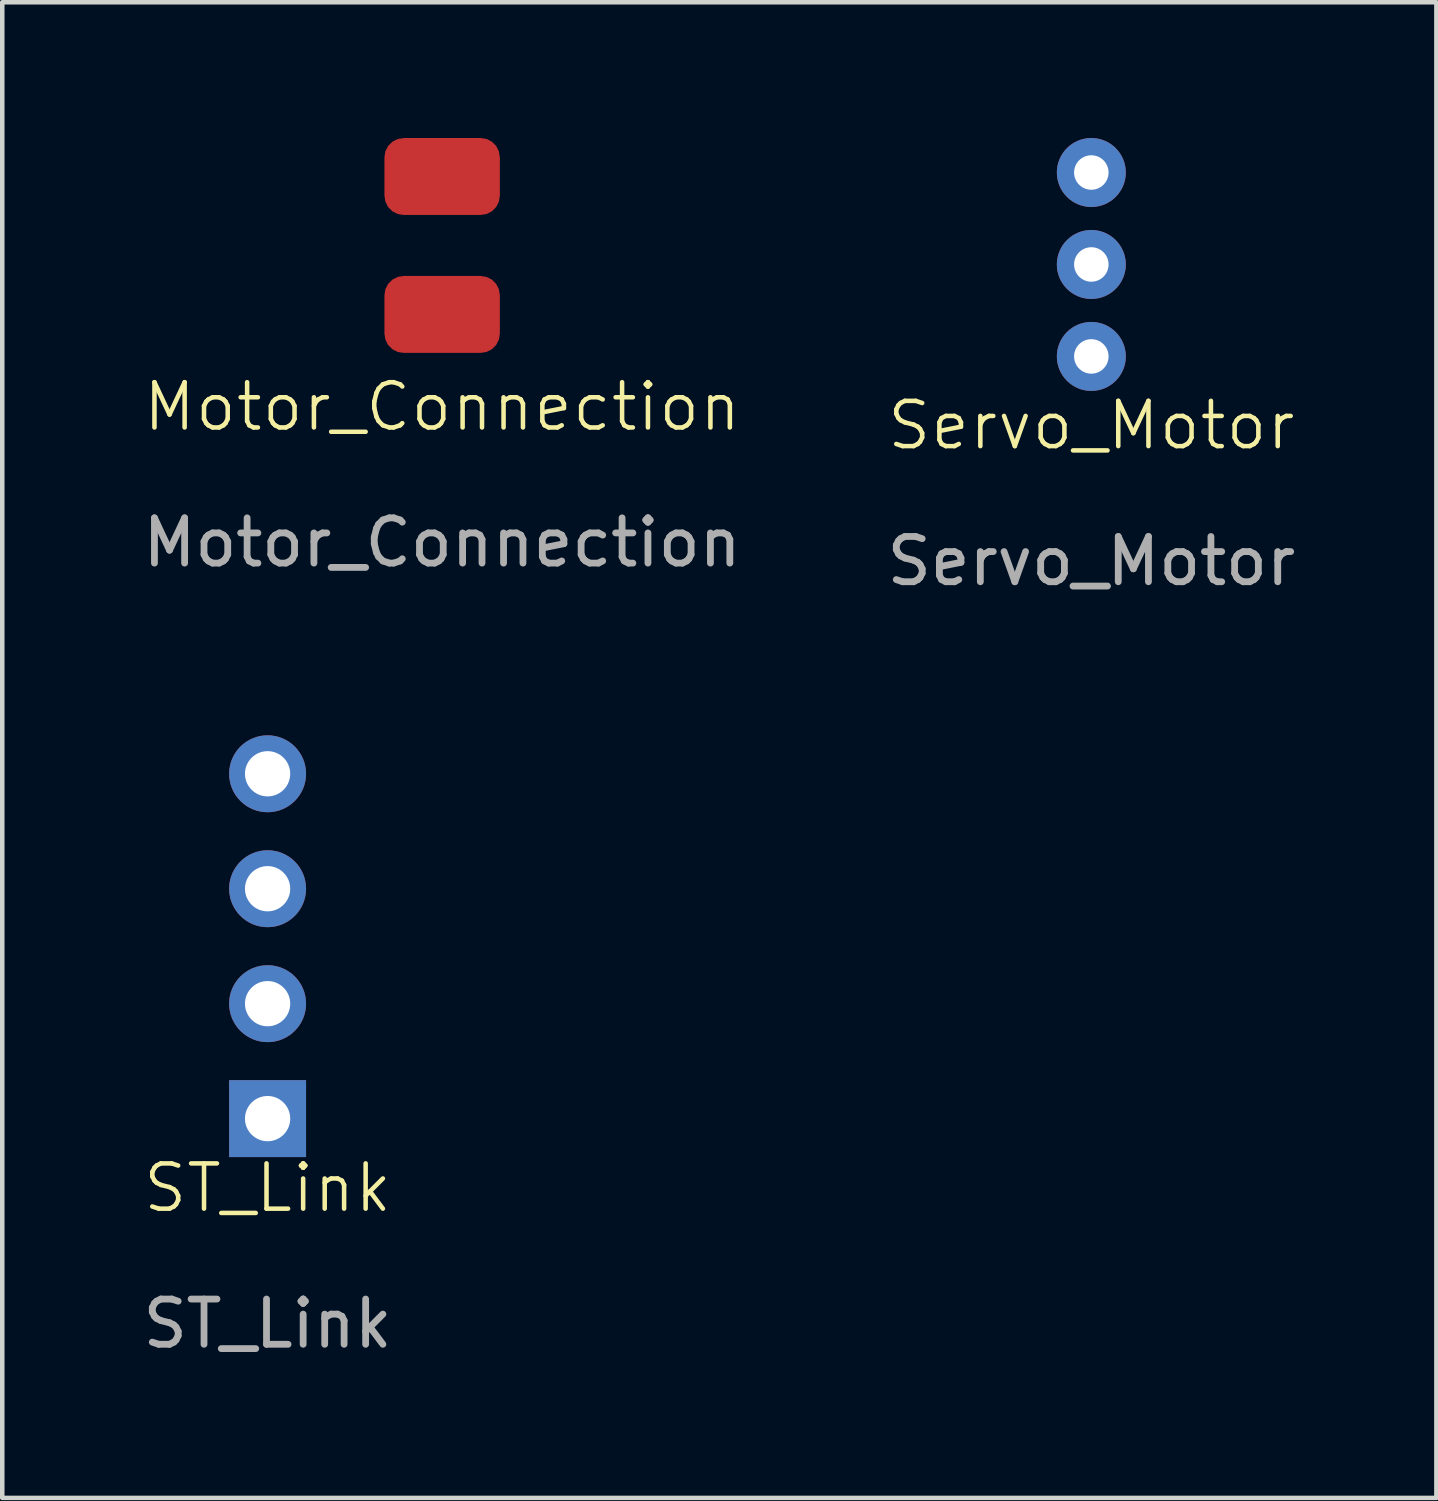
<source format=kicad_pcb>
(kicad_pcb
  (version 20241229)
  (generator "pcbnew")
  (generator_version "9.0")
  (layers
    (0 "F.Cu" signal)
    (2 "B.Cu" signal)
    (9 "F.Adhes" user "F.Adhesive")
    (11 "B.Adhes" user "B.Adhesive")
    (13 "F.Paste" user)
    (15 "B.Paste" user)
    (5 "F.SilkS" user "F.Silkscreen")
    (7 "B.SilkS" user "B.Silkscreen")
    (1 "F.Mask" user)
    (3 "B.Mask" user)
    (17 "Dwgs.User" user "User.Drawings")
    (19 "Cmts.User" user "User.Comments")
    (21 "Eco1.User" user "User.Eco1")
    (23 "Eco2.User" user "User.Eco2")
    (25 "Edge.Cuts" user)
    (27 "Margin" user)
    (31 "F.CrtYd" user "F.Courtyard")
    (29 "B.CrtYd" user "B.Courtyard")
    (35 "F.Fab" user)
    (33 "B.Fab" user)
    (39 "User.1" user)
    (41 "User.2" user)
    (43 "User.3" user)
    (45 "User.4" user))
  (footprint "ST_Link"
    (layer "F.Cu")
    (at 2.863 23.7)
    (property "Reference" "ST_Link" (at 0 -0.5 0) (unlocked yes) (layer "F.SilkS") (effects (font (size 1 1) (thickness 0.1))))
    (attr through_hole)
    (fp_text user "${REFERENCE}" (at 0 2.5 0) (unlocked yes) (layer "F.Fab") (effects (font (size 1 1) (thickness 0.15))))
    (pad "1" thru_hole rect (at 0 -2.032) (size 1.7 1.7) (drill 1) (layers "*.Cu" "*.Mask"))
    (pad "2" thru_hole circle (at 0 -4.572) (size 1.7 1.7) (drill 1) (layers "*.Cu" "*.Mask"))
    (pad "3" thru_hole circle (at 0 -7.112) (size 1.7 1.7) (drill 1) (layers "*.Cu" "*.Mask"))
    (pad "4" thru_hole circle (at 0 -9.652) (size 1.7 1.7) (drill 1) (layers "*.Cu" "*.Mask")))
  (footprint "Servo_Motor"
    (layer "F.Cu")
    (at 21.065 7.874)
    (property "Reference" "Servo_Motor" (at 0 -1.524 0) (unlocked yes) (layer "F.SilkS") (effects (font (size 1 1) (thickness 0.1))))
    (attr through_hole)
    (fp_text user "${REFERENCE}" (at 0 1.476 0) (unlocked yes) (layer "F.Fab") (effects (font (size 1 1) (thickness 0.15))))
    (pad "1" thru_hole circle (at 0 -7.112) (size 1.524 1.524) (drill 0.762) (layers "*.Cu" "*.Mask"))
    (pad "2" thru_hole circle (at 0 -5.08) (size 1.524 1.524) (drill 0.762) (layers "*.Cu" "*.Mask"))
    (pad "3" thru_hole circle (at 0 -3.048) (size 1.524 1.524) (drill 0.762) (layers "*.Cu" "*.Mask")))
  (footprint "Motor_Connection"
    (layer "F.Cu")
    (at 6.72 6.438)
    (property "Reference" "Motor_Connection" (at 0 -0.5 0) (unlocked yes) (layer "F.SilkS") (effects (font (size 1 1) (thickness 0.1))))
    (attr smd)
    (fp_text user "${REFERENCE}" (at 0 2.5 0) (unlocked yes) (layer "F.Fab") (effects (font (size 1 1) (thickness 0.15))))
    (pad "1" smd roundrect (at 0 -2.54) (size 2.55 1.7) (layers "F.Cu" "F.Mask" "F.Paste") (roundrect_rratio 0.25))
    (pad "2" smd roundrect (at 0 -5.588) (size 2.55 1.7) (layers "F.Cu" "F.Mask" "F.Paste") (roundrect_rratio 0.25)))
  (gr_rect
    (start -3 -3)
    (end 28.69 30.049)
    (stroke (width 0.1) (type default))
    (fill no)
    (layer "Edge.Cuts")))
</source>
